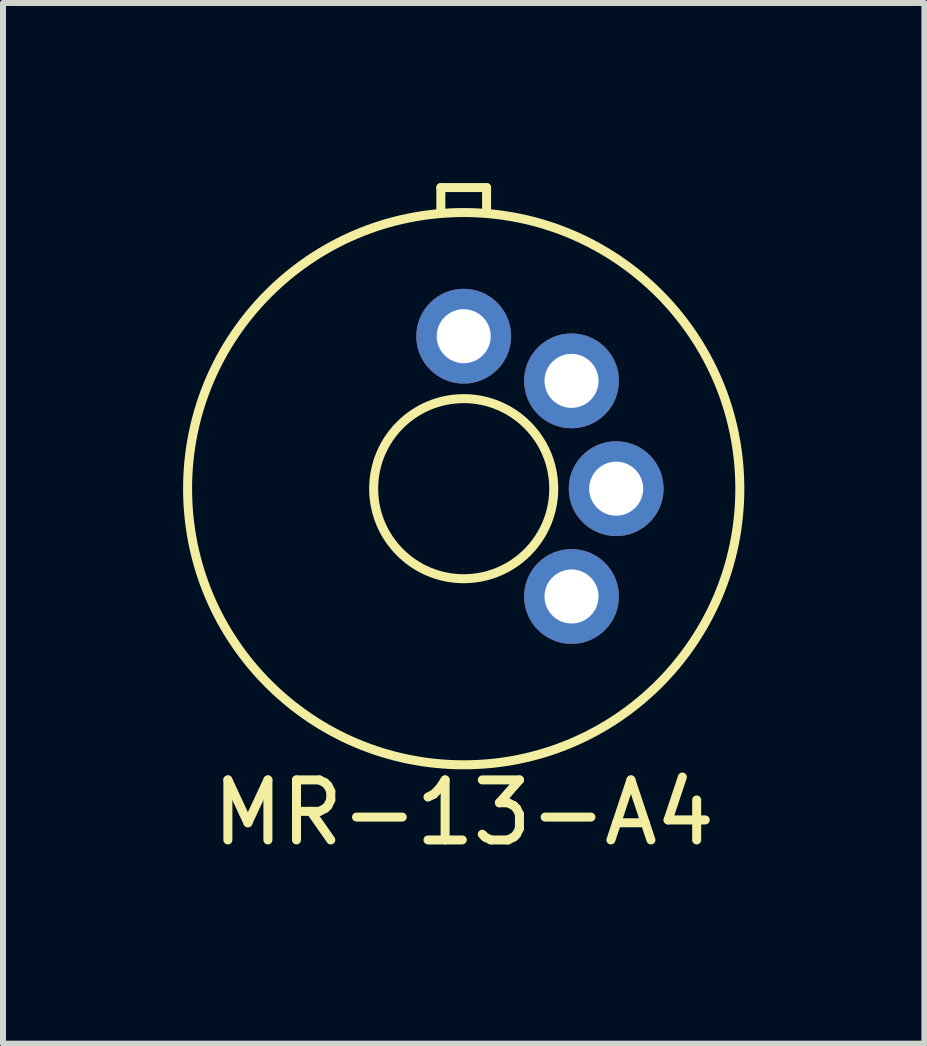
<source format=kicad_pcb>
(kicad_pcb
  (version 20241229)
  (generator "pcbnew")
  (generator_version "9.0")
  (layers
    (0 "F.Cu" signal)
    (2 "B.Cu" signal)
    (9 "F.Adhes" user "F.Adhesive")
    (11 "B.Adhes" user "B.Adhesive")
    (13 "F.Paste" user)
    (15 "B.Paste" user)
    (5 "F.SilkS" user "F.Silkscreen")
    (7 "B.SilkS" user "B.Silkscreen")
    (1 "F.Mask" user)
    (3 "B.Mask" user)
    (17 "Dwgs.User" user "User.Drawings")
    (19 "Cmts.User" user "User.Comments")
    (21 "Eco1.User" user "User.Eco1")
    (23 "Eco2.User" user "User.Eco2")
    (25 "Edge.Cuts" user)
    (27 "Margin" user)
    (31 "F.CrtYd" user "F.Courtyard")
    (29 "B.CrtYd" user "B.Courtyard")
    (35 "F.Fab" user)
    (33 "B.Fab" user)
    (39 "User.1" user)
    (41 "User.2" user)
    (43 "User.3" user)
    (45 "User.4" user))
  (footprint "MR-13-A4"
    (layer "F.Cu")
    (at 4.675 5.091)
    (property "Reference" "MR-13-A4" (at 0 5.397 0) (layer "F.SilkS") (effects (font (size 1 1) (thickness 0.15))))
    (attr through_hole)
    (fp_line (start -0.381 -5.016) (end 0.381 -5.016) (stroke (width 0.15) (type solid)) (layer "F.SilkS"))
    (fp_line (start -0.381 -4.636) (end -0.381 -5.016) (stroke (width 0.15) (type solid)) (layer "F.SilkS"))
    (fp_line (start 0.381 -5.016) (end 0.381 -4.636) (stroke (width 0.15) (type solid)) (layer "F.SilkS"))
    (fp_circle (center 0 0) (end 1.5 0) (stroke (width 0.15) (type solid)) (fill no) (layer "F.SilkS"))
    (fp_circle (center 0 0) (end 4.6 0) (stroke (width 0.15) (type solid)) (fill no) (layer "F.SilkS"))
    (pad "1" thru_hole circle (at 1.796 -1.796) (size 1.58 1.58) (drill 0.9) (layers "*.Cu" "*.Mask"))
    (pad "2" thru_hole circle (at 2.54 0) (size 1.58 1.58) (drill 0.9) (layers "*.Cu" "*.Mask"))
    (pad "3" thru_hole circle (at 1.796 1.796) (size 1.58 1.58) (drill 0.9) (layers "*.Cu" "*.Mask"))
    (pad "C" thru_hole circle (at 0 -2.54) (size 1.58 1.58) (drill 0.9) (layers "*.Cu" "*.Mask")))
  (gr_rect
    (start -3 -3)
    (end 12.35 14.337)
    (stroke (width 0.1) (type default))
    (fill no)
    (layer "Edge.Cuts")))
</source>
